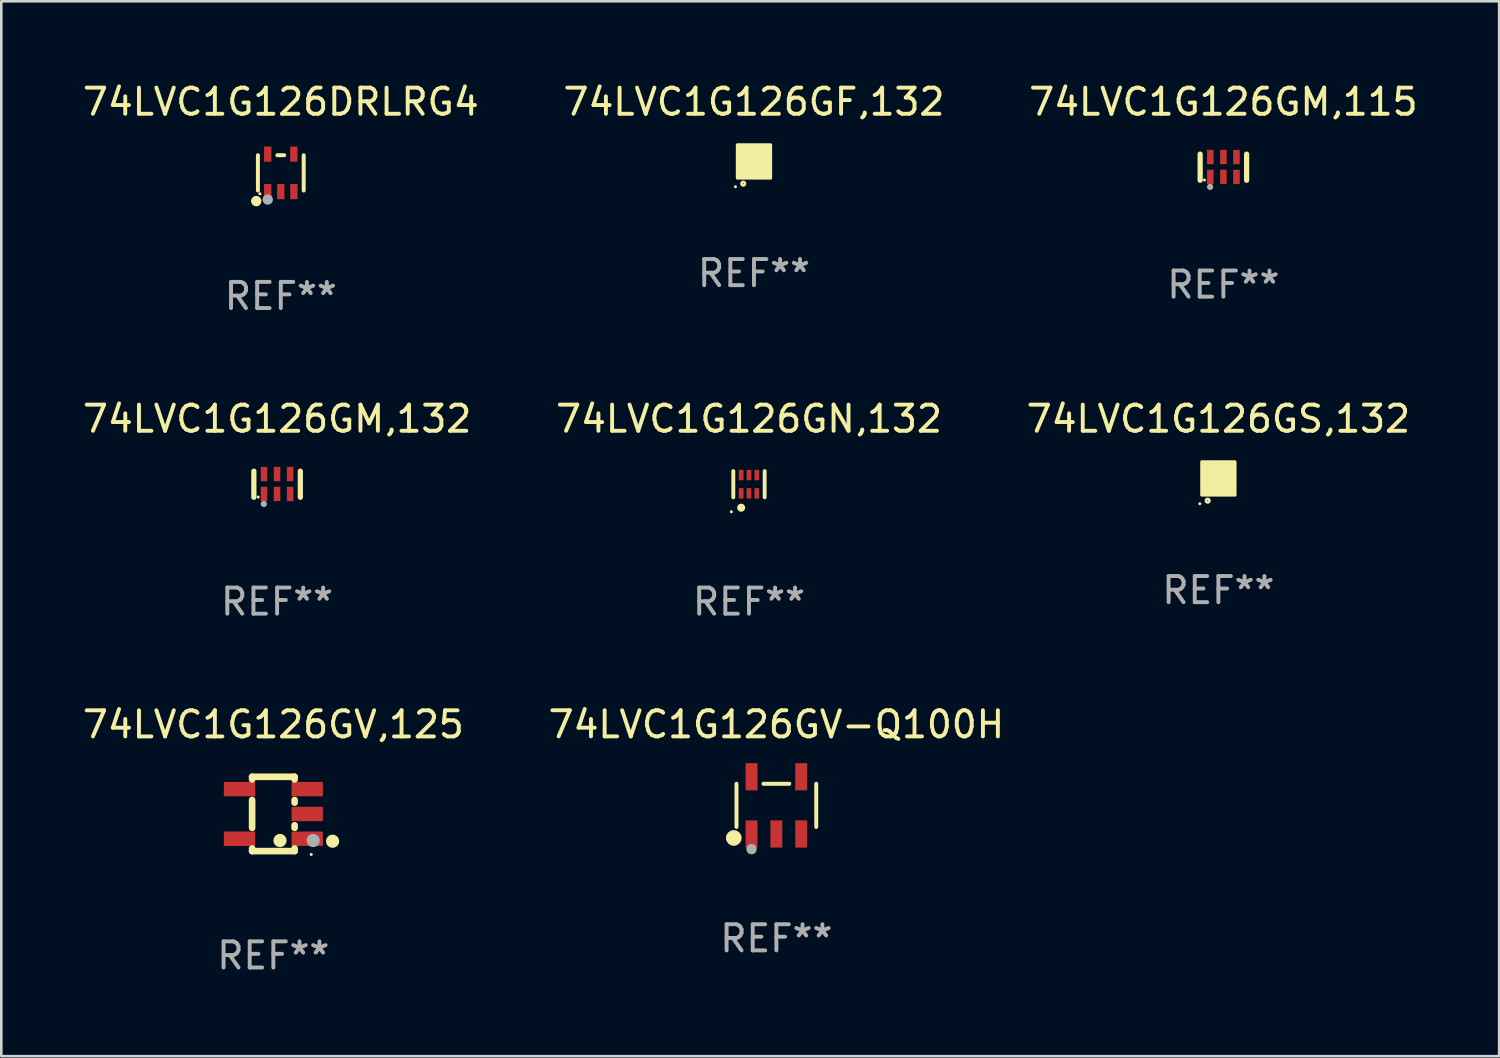
<source format=kicad_pcb>
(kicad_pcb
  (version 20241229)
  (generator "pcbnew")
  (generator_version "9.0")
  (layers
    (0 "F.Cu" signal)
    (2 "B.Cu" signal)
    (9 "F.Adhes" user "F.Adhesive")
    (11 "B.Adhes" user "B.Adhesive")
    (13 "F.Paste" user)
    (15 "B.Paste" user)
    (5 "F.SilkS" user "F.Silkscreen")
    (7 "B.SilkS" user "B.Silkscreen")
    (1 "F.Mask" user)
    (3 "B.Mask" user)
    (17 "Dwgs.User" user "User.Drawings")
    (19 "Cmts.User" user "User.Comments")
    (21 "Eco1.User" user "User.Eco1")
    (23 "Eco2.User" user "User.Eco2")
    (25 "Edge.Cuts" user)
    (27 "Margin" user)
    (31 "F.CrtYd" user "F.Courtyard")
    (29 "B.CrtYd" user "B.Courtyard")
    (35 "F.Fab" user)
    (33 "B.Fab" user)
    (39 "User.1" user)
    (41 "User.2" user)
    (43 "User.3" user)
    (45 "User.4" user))
  (footprint "74LVC1G126DRLRG4"
    (layer "F.Cu")
    (at 7.696 3.566)
    (property "Reference" "74LVC1G126DRLRG4" (at 0 -2.718 0) (layer "F.SilkS") (effects (font (size 1 1) (thickness 0.15))))
    (attr through_hole)
    (fp_line (start -0.876 0.676) (end -0.876 -0.676) (stroke (width 0.152) (type solid)) (layer "F.SilkS"))
    (fp_line (start 0.131 -0.676) (end -0.131 -0.676) (stroke (width 0.152) (type solid)) (layer "F.SilkS"))
    (fp_line (start 0.876 0.676) (end 0.876 -0.676) (stroke (width 0.152) (type solid)) (layer "F.SilkS"))
    (fp_circle (center -0.94 1.08) (end -0.84 1.08) (stroke (width 0.2) (type solid)) (fill no) (layer "F.SilkS"))
    (fp_circle (center -0.8 0.8) (end -0.77 0.8) (stroke (width 0.06) (type solid)) (fill no) (layer "F.SilkS"))
    (fp_circle (center -0.5 1.02) (end -0.4 1.02) (stroke (width 0.2) (type solid)) (fill no) (layer "F.Fab"))
    (fp_text user "REF**" (at 0 4.718 0) (layer "F.Fab") (effects (font (size 1 1) (thickness 0.15))))
    (pad "1" smd rect (at -0.5 0.718) (size 0.28 0.58) (layers "F.Cu" "F.Mask" "F.Paste"))
    (pad "2" smd rect (at -0.000102 0.718) (size 0.28 0.58) (layers "F.Cu" "F.Mask" "F.Paste"))
    (pad "3" smd rect (at 0.5 0.718) (size 0.28 0.58) (layers "F.Cu" "F.Mask" "F.Paste"))
    (pad "4" smd rect (at 0.5 -0.718) (size 0.28 0.58) (layers "F.Cu" "F.Mask" "F.Paste"))
    (pad "5" smd rect (at -0.5 -0.718) (size 0.28 0.58) (layers "F.Cu" "F.Mask" "F.Paste")))
  (footprint "74LVC1G126GV-Q100H"
    (layer "F.Cu")
    (at 26.661 27.771)
    (property "Reference" "74LVC1G126GV-Q100H" (at 0 -3.095 0) (layer "F.SilkS") (effects (font (size 1 1) (thickness 0.15))))
    (attr through_hole)
    (fp_line (start -1.526 0.826) (end -1.526 -0.826) (stroke (width 0.152) (type solid)) (layer "F.SilkS"))
    (fp_line (start 0.494 -0.826) (end -0.494 -0.826) (stroke (width 0.152) (type solid)) (layer "F.SilkS"))
    (fp_line (start 1.526 0.826) (end 1.526 -0.826) (stroke (width 0.152) (type solid)) (layer "F.SilkS"))
    (fp_circle (center -1.63 1.247) (end -1.48 1.247) (stroke (width 0.3) (type solid)) (fill no) (layer "F.SilkS"))
    (fp_circle (center -1.45 1.375) (end -1.42 1.375) (stroke (width 0.06) (type solid)) (fill no) (layer "F.SilkS"))
    (fp_circle (center -0.95 1.675) (end -0.85 1.675) (stroke (width 0.2) (type solid)) (fill no) (layer "F.Fab"))
    (fp_text user "REF**" (at 0 5.095 0) (layer "F.Fab") (effects (font (size 1 1) (thickness 0.15))))
    (pad "1" smd rect (at -0.95 1.095) (size 0.455 1.04) (layers "F.Cu" "F.Mask" "F.Paste"))
    (pad "2" smd rect (at 0 1.095) (size 0.455 1.04) (layers "F.Cu" "F.Mask" "F.Paste"))
    (pad "3" smd rect (at 0.95 1.095) (size 0.455 1.04) (layers "F.Cu" "F.Mask" "F.Paste"))
    (pad "4" smd rect (at 0.95 -1.095) (size 0.455 1.04) (layers "F.Cu" "F.Mask" "F.Paste"))
    (pad "5" smd rect (at -0.95 -1.095) (size 0.455 1.04) (layers "F.Cu" "F.Mask" "F.Paste")))
  (footprint "74LVC1G126GN,132"
    (layer "F.Cu")
    (at 25.613 15.48)
    (property "Reference" "74LVC1G126GN,132" (at 0 -2.5 0) (layer "F.SilkS") (effects (font (size 1 1) (thickness 0.15))))
    (attr through_hole)
    (fp_line (start -0.6 -0.5) (end -0.6 0.5) (stroke (width 0.15) (type solid)) (layer "F.SilkS"))
    (fp_line (start 0.6 0.5) (end 0.6 -0.5) (stroke (width 0.15) (type solid)) (layer "F.SilkS"))
    (fp_circle (center -0.675 1.055) (end -0.645 1.055) (stroke (width 0.06) (type solid)) (fill no) (layer "F.SilkS"))
    (fp_circle (center -0.3 0.9) (end -0.22 0.9) (stroke (width 0.15) (type solid)) (fill no) (layer "F.SilkS"))
    (fp_text user "REF**" (at 0 4.5 0) (layer "F.Fab") (effects (font (size 1 1) (thickness 0.15))))
    (pad "1" smd rect (at -0.3 0.35) (size 0.18 0.4) (layers "F.Cu" "F.Mask" "F.Paste"))
    (pad "2" smd rect (at 0.000025 0.35) (size 0.18 0.4) (layers "F.Cu" "F.Mask" "F.Paste"))
    (pad "3" smd rect (at 0.3 0.35) (size 0.18 0.4) (layers "F.Cu" "F.Mask" "F.Paste"))
    (pad "4" smd rect (at 0.3 -0.35) (size 0.18 0.4) (layers "F.Cu" "F.Mask" "F.Paste"))
    (pad "5" smd rect (at 0.000025 -0.35) (size 0.18 0.4) (layers "F.Cu" "F.Mask" "F.Paste"))
    (pad "6" smd rect (at -0.3 -0.35) (size 0.18 0.4) (layers "F.Cu" "F.Mask" "F.Paste")))
  (footprint "74LVC1G126GM,115"
    (layer "F.Cu")
    (at 43.768 3.348)
    (property "Reference" "74LVC1G126GM,115" (at 0 -2.5 0) (layer "F.SilkS") (effects (font (size 1 1) (thickness 0.15))))
    (attr through_hole)
    (fp_line (start -0.889 0.5) (end -0.889 -0.5) (stroke (width 0.2) (type solid)) (layer "F.SilkS"))
    (fp_line (start 0.889 0.5) (end 0.889 -0.5) (stroke (width 0.2) (type solid)) (layer "F.SilkS"))
    (fp_circle (center -0.725 0.492) (end -0.695 0.492) (stroke (width 0.06) (type solid)) (fill no) (layer "F.SilkS"))
    (fp_circle (center -0.508 0.754) (end -0.448 0.754) (stroke (width 0.12) (type solid)) (fill no) (layer "F.Fab"))
    (fp_text user "REF**" (at 0 4.5 0) (layer "F.Fab") (effects (font (size 1 1) (thickness 0.15))))
    (pad "1" smd rect (at -0.5 0.372) (size 0.25 0.55) (layers "F.Cu" "F.Mask" "F.Paste"))
    (pad "2" smd rect (at -0.000127 0.372) (size 0.25 0.55) (layers "F.Cu" "F.Mask" "F.Paste"))
    (pad "3" smd rect (at 0.5 0.372) (size 0.25 0.55) (layers "F.Cu" "F.Mask" "F.Paste"))
    (pad "4" smd rect (at 0.5 -0.388 180) (size 0.25 0.55) (layers "F.Cu" "F.Mask" "F.Paste"))
    (pad "5" smd rect (at -0.000127 -0.388 180) (size 0.25 0.55) (layers "F.Cu" "F.Mask" "F.Paste"))
    (pad "6" smd rect (at -0.5 -0.388 180) (size 0.25 0.55) (layers "F.Cu" "F.Mask" "F.Paste")))
  (footprint "74LVC1G126GV,125"
    (layer "F.Cu")
    (at 7.411 28.099)
    (property "Reference" "74LVC1G126GV,125" (at 0 -3.422 0) (layer "F.SilkS") (effects (font (size 1 1) (thickness 0.15))))
    (attr through_hole)
    (fp_line (start -0.813 -1.422) (end 0.813 -1.422) (stroke (width 0.254) (type solid)) (layer "F.SilkS"))
    (fp_line (start -0.813 -1.321) (end -0.813 -1.422) (stroke (width 0.254) (type solid)) (layer "F.SilkS"))
    (fp_line (start -0.813 0.533) (end -0.813 -0.533) (stroke (width 0.254) (type solid)) (layer "F.SilkS"))
    (fp_line (start -0.813 1.422) (end -0.813 1.321) (stroke (width 0.254) (type solid)) (layer "F.SilkS"))
    (fp_line (start 0.813 -1.422) (end 0.813 -1.321) (stroke (width 0.254) (type solid)) (layer "F.SilkS"))
    (fp_line (start 0.813 -0.533) (end 0.813 -0.432) (stroke (width 0.254) (type solid)) (layer "F.SilkS"))
    (fp_line (start 0.813 0.432) (end 0.813 0.533) (stroke (width 0.254) (type solid)) (layer "F.SilkS"))
    (fp_line (start 0.813 1.321) (end 0.813 1.422) (stroke (width 0.254) (type solid)) (layer "F.SilkS"))
    (fp_line (start 0.813 1.422) (end -0.813 1.422) (stroke (width 0.254) (type solid)) (layer "F.SilkS"))
    (fp_circle (center 0.254 1.016) (end 0.381 1.016) (stroke (width 0.254) (type solid)) (fill no) (layer "F.SilkS"))
    (fp_circle (center 1.45 1.55) (end 1.48 1.55) (stroke (width 0.06) (type solid)) (fill no) (layer "F.SilkS"))
    (fp_circle (center 2.267 1.044) (end 2.394 1.044) (stroke (width 0.254) (type solid)) (fill no) (layer "F.SilkS"))
    (fp_circle (center 1.524 1.016) (end 1.651 1.016) (stroke (width 0.254) (type solid)) (fill no) (layer "F.Fab"))
    (fp_text user "REF**" (at 0 5.422 0) (layer "F.Fab") (effects (font (size 1 1) (thickness 0.15))))
    (pad "1" smd rect (at 1.295 0.95 90) (size 0.551 1.199) (layers "F.Cu" "F.Mask" "F.Paste"))
    (pad "2" smd rect (at 1.295 0 90) (size 0.551 1.199) (layers "F.Cu" "F.Mask" "F.Paste"))
    (pad "3" smd rect (at 1.295 -0.95 90) (size 0.551 1.199) (layers "F.Cu" "F.Mask" "F.Paste"))
    (pad "4" smd rect (at -1.295 -0.95 90) (size 0.551 1.199) (layers "F.Cu" "F.Mask" "F.Paste"))
    (pad "5" smd rect (at -1.295 0.95 90) (size 0.551 1.199) (layers "F.Cu" "F.Mask" "F.Paste")))
  (footprint "74LVC1G126GS,132"
    (layer "F.Cu")
    (at 43.577 15.26)
    (property "Reference" "74LVC1G126GS,132" (at 0 -2.28 0) (layer "F.SilkS") (effects (font (size 1 1) (thickness 0.15))))
    (attr through_hole)
    (fp_circle (center -0.71 0.968) (end -0.68 0.968) (stroke (width 0.06) (type solid)) (fill no) (layer "F.SilkS"))
    (fp_circle (center -0.41 0.85) (end -0.342 0.85) (stroke (width 0.1) (type solid)) (fill no) (layer "F.SilkS"))
    (fp_poly (pts (xy -0.635 -0.635) (xy 0.635 -0.635) (xy 0.635 0.635) (xy -0.635 0.635)) (stroke (width 0.12) (type solid)) (fill yes) (layer "F.SilkS"))
    (fp_text user "REF**" (at 0 4.28 0) (layer "F.Fab") (effects (font (size 1 1) (thickness 0.15))))
    (pad "1" smd rect (at -0.35 0.28 90) (size 0.35 0.2) (layers "F.Cu" "F.Mask" "F.Paste"))
    (pad "2" smd rect (at 0 0.28 90) (size 0.35 0.2) (layers "F.Cu" "F.Mask" "F.Paste"))
    (pad "3" smd rect (at 0.35 0.28 90) (size 0.35 0.2) (layers "F.Cu" "F.Mask" "F.Paste"))
    (pad "4" smd rect (at 0.35 -0.28 90) (size 0.35 0.2) (layers "F.Cu" "F.Mask" "F.Paste"))
    (pad "5" smd rect (at 0 -0.28 90) (size 0.35 0.2) (layers "F.Cu" "F.Mask" "F.Paste"))
    (pad "6" smd rect (at -0.35 -0.28 90) (size 0.35 0.2) (layers "F.Cu" "F.Mask" "F.Paste")))
  (footprint "74LVC1G126GF,132"
    (layer "F.Cu")
    (at 25.804 3.128)
    (property "Reference" "74LVC1G126GF,132" (at 0 -2.28 0) (layer "F.SilkS") (effects (font (size 1 1) (thickness 0.15))))
    (attr through_hole)
    (fp_circle (center -0.71 0.968) (end -0.68 0.968) (stroke (width 0.06) (type solid)) (fill no) (layer "F.SilkS"))
    (fp_circle (center -0.41 0.85) (end -0.342 0.85) (stroke (width 0.1) (type solid)) (fill no) (layer "F.SilkS"))
    (fp_poly (pts (xy -0.635 -0.635) (xy 0.635 -0.635) (xy 0.635 0.635) (xy -0.635 0.635)) (stroke (width 0.12) (type solid)) (fill yes) (layer "F.SilkS"))
    (fp_text user "REF**" (at 0 4.28 0) (layer "F.Fab") (effects (font (size 1 1) (thickness 0.15))))
    (pad "1" smd rect (at -0.35 0.28 90) (size 0.35 0.2) (layers "F.Cu" "F.Mask" "F.Paste"))
    (pad "2" smd rect (at 0 0.28 90) (size 0.35 0.2) (layers "F.Cu" "F.Mask" "F.Paste"))
    (pad "3" smd rect (at 0.35 0.28 90) (size 0.35 0.2) (layers "F.Cu" "F.Mask" "F.Paste"))
    (pad "4" smd rect (at 0.35 -0.28 90) (size 0.35 0.2) (layers "F.Cu" "F.Mask" "F.Paste"))
    (pad "5" smd rect (at 0 -0.28 90) (size 0.35 0.2) (layers "F.Cu" "F.Mask" "F.Paste"))
    (pad "6" smd rect (at -0.35 -0.28 90) (size 0.35 0.2) (layers "F.Cu" "F.Mask" "F.Paste")))
  (footprint "74LVC1G126GM,132"
    (layer "F.Cu")
    (at 7.554 15.48)
    (property "Reference" "74LVC1G126GM,132" (at 0 -2.5 0) (layer "F.SilkS") (effects (font (size 1 1) (thickness 0.15))))
    (attr through_hole)
    (fp_line (start -0.889 0.5) (end -0.889 -0.5) (stroke (width 0.2) (type solid)) (layer "F.SilkS"))
    (fp_line (start 0.889 0.5) (end 0.889 -0.5) (stroke (width 0.2) (type solid)) (layer "F.SilkS"))
    (fp_circle (center -0.725 0.492) (end -0.695 0.492) (stroke (width 0.06) (type solid)) (fill no) (layer "F.SilkS"))
    (fp_circle (center -0.508 0.754) (end -0.448 0.754) (stroke (width 0.12) (type solid)) (fill no) (layer "F.Fab"))
    (fp_text user "REF**" (at 0 4.5 0) (layer "F.Fab") (effects (font (size 1 1) (thickness 0.15))))
    (pad "1" smd rect (at -0.5 0.372) (size 0.25 0.55) (layers "F.Cu" "F.Mask" "F.Paste"))
    (pad "2" smd rect (at -0.000127 0.372) (size 0.25 0.55) (layers "F.Cu" "F.Mask" "F.Paste"))
    (pad "3" smd rect (at 0.5 0.372) (size 0.25 0.55) (layers "F.Cu" "F.Mask" "F.Paste"))
    (pad "4" smd rect (at 0.5 -0.388 180) (size 0.25 0.55) (layers "F.Cu" "F.Mask" "F.Paste"))
    (pad "5" smd rect (at -0.000127 -0.388 180) (size 0.25 0.55) (layers "F.Cu" "F.Mask" "F.Paste"))
    (pad "6" smd rect (at -0.5 -0.388 180) (size 0.25 0.55) (layers "F.Cu" "F.Mask" "F.Paste")))
  (gr_rect
    (start -3 -3)
    (end 54.321 37.369)
    (stroke (width 0.1) (type default))
    (fill no)
    (layer "Edge.Cuts")))
</source>
